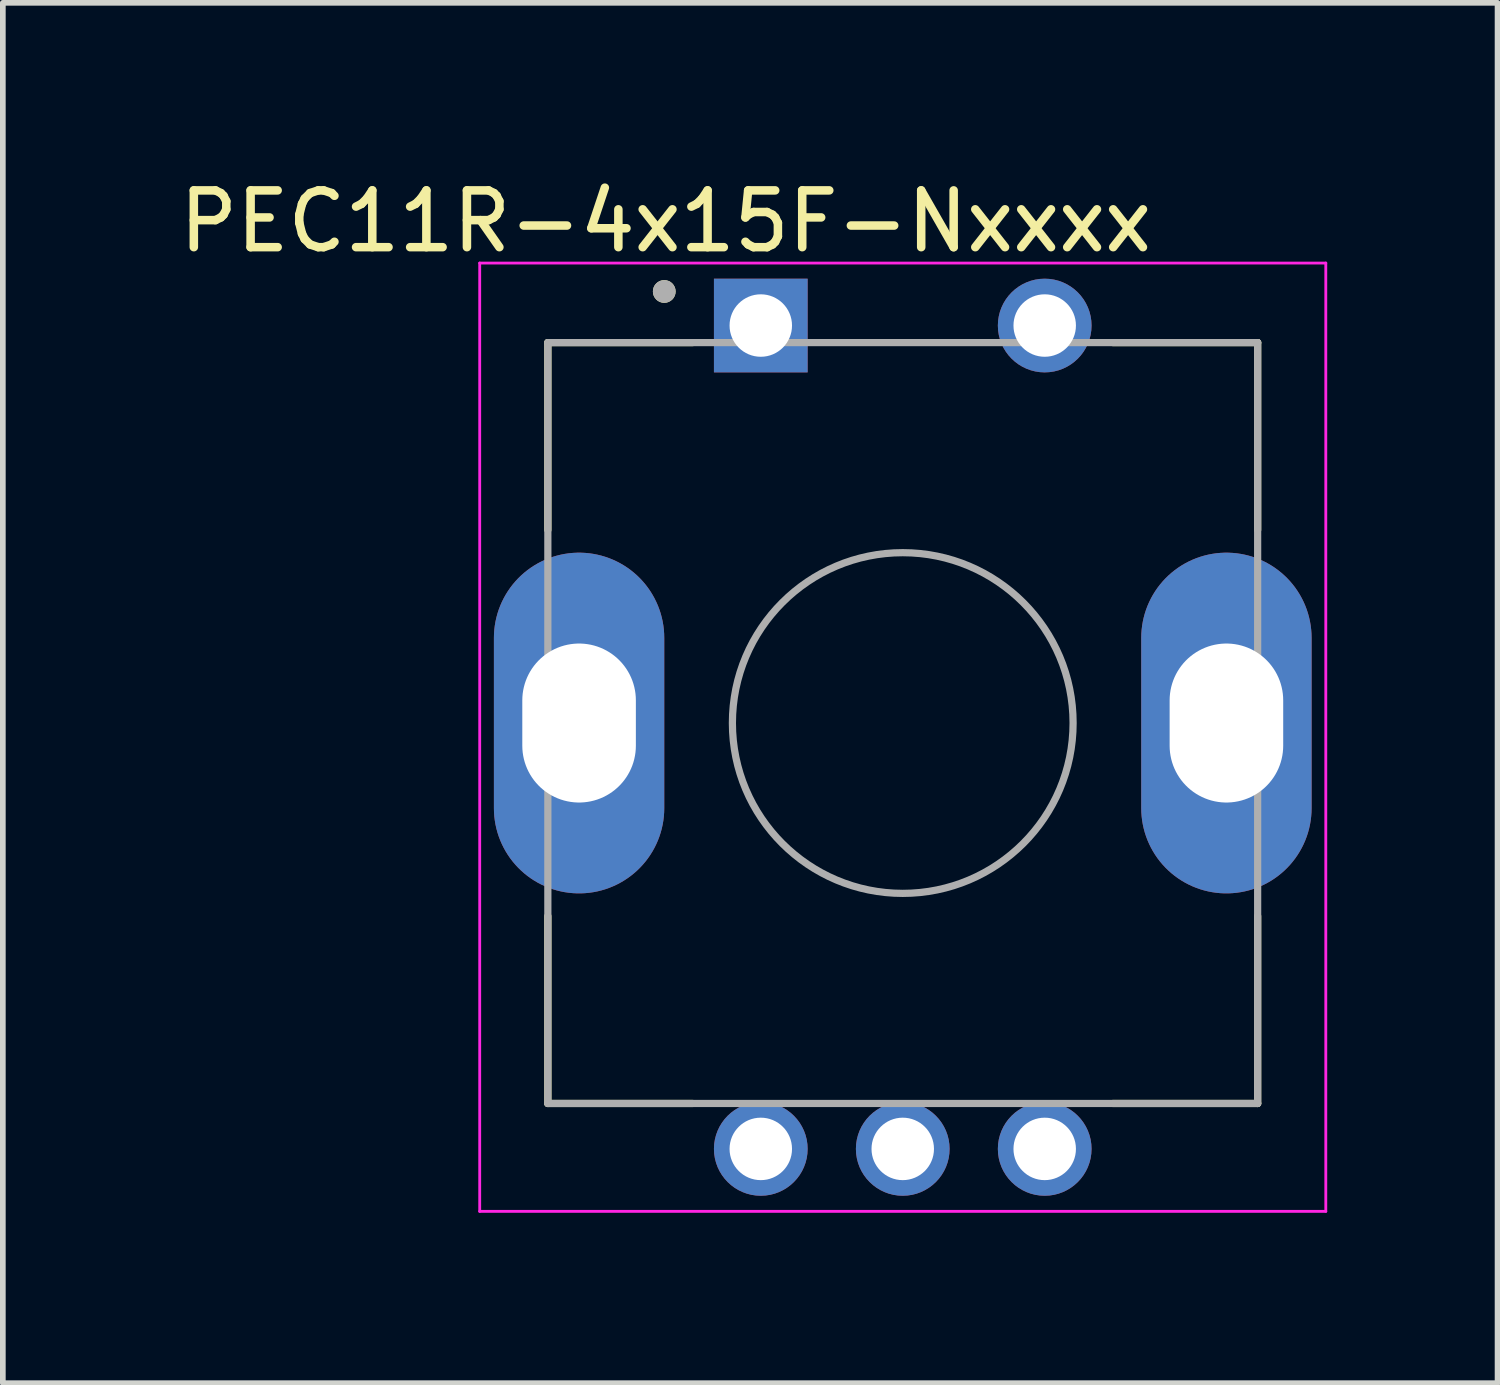
<source format=kicad_pcb>
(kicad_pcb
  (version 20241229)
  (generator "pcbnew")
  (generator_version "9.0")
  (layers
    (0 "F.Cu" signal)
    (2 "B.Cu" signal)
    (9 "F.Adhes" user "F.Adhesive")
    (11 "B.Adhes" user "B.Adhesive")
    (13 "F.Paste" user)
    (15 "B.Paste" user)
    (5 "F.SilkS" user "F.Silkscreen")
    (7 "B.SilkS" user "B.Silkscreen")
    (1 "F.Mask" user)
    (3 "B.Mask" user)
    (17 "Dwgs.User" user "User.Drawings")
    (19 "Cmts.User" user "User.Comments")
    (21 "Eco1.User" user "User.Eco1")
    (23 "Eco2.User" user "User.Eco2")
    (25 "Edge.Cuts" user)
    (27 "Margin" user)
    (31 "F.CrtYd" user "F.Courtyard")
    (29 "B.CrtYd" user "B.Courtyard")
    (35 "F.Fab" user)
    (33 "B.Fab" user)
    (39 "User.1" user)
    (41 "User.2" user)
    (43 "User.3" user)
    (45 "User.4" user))
  (footprint "PEC11R-4x15F-Nxxxx"
    (layer "F.Cu")
    (at 12.848 9.683)
    (property "Reference" "PEC11R-4x15F-Nxxxx" (at -4.175 -8.835 0) (layer "F.SilkS") (effects (font (size 1 1) (thickness 0.15))))
    (attr through_hole)
    (fp_line (start -6.25 -6.7) (end -3.7 -6.7) (stroke (width 0.127) (type solid)) (layer "F.SilkS"))
    (fp_line (start -6.25 -3.4) (end -6.25 -6.7) (stroke (width 0.127) (type solid)) (layer "F.SilkS"))
    (fp_line (start -6.25 3.4) (end -6.25 6.7) (stroke (width 0.127) (type solid)) (layer "F.SilkS"))
    (fp_line (start -6.25 6.7) (end -3.7 6.7) (stroke (width 0.127) (type solid)) (layer "F.SilkS"))
    (fp_line (start 3.7 -6.7) (end 6.25 -6.7) (stroke (width 0.127) (type solid)) (layer "F.SilkS"))
    (fp_line (start 3.7 6.7) (end 6.25 6.7) (stroke (width 0.127) (type solid)) (layer "F.SilkS"))
    (fp_line (start 6.25 -6.7) (end 6.25 -3.4) (stroke (width 0.127) (type solid)) (layer "F.SilkS"))
    (fp_line (start 6.25 6.7) (end 6.25 3.4) (stroke (width 0.127) (type solid)) (layer "F.SilkS"))
    (fp_circle (center -4.2 -7.6) (end -4.1 -7.6) (stroke (width 0.2) (type solid)) (fill no) (layer "F.SilkS"))
    (fp_line (start -7.45 -8.1) (end -7.45 8.6) (stroke (width 0.05) (type solid)) (layer "F.CrtYd"))
    (fp_line (start -7.45 8.6) (end 7.45 8.6) (stroke (width 0.05) (type solid)) (layer "F.CrtYd"))
    (fp_line (start 7.45 -8.1) (end -7.45 -8.1) (stroke (width 0.05) (type solid)) (layer "F.CrtYd"))
    (fp_line (start 7.45 8.6) (end 7.45 -8.1) (stroke (width 0.05) (type solid)) (layer "F.CrtYd"))
    (fp_line (start -6.25 -6.7) (end 6.25 -6.7) (stroke (width 0.127) (type solid)) (layer "F.Fab"))
    (fp_line (start -6.25 6.7) (end -6.25 -6.7) (stroke (width 0.127) (type solid)) (layer "F.Fab"))
    (fp_line (start 6.25 -6.7) (end 6.25 6.7) (stroke (width 0.127) (type solid)) (layer "F.Fab"))
    (fp_line (start 6.25 6.7) (end -6.25 6.7) (stroke (width 0.127) (type solid)) (layer "F.Fab"))
    (fp_circle (center -4.2 -7.6) (end -4.1 -7.6) (stroke (width 0.2) (type solid)) (fill no) (layer "F.Fab"))
    (fp_circle (center 0 0) (end 3 0) (stroke (width 0.127) (type solid)) (fill no) (layer "F.Fab"))
    (pad "1" thru_hole rect (at -2.5 -7) (size 1.65 1.65) (drill 1.1) (layers "*.Cu" "*.Mask"))
    (pad "2" thru_hole circle (at 2.5 -7) (size 1.65 1.65) (drill 1.1) (layers "*.Cu" "*.Mask"))
    (pad "A" thru_hole circle (at -2.5 7.5) (size 1.65 1.65) (drill 1.1) (layers "*.Cu" "*.Mask"))
    (pad "B" thru_hole circle (at 2.5 7.5) (size 1.65 1.65) (drill 1.1) (layers "*.Cu" "*.Mask"))
    (pad "COM" thru_hole circle (at 0 7.5) (size 1.65 1.65) (drill 1.1) (layers "*.Cu" "*.Mask"))
    (pad "S1" thru_hole oval (at -5.7 0) (size 3 6) (drill oval 2 2.8) (layers "*.Cu" "*.Mask"))
    (pad "S2" thru_hole oval (at 5.7 0) (size 3 6) (drill oval 2 2.8) (layers "*.Cu" "*.Mask")))
  (gr_rect
    (start -3 -3)
    (end 23.323 21.308)
    (stroke (width 0.1) (type default))
    (fill no)
    (layer "Edge.Cuts")))
</source>
